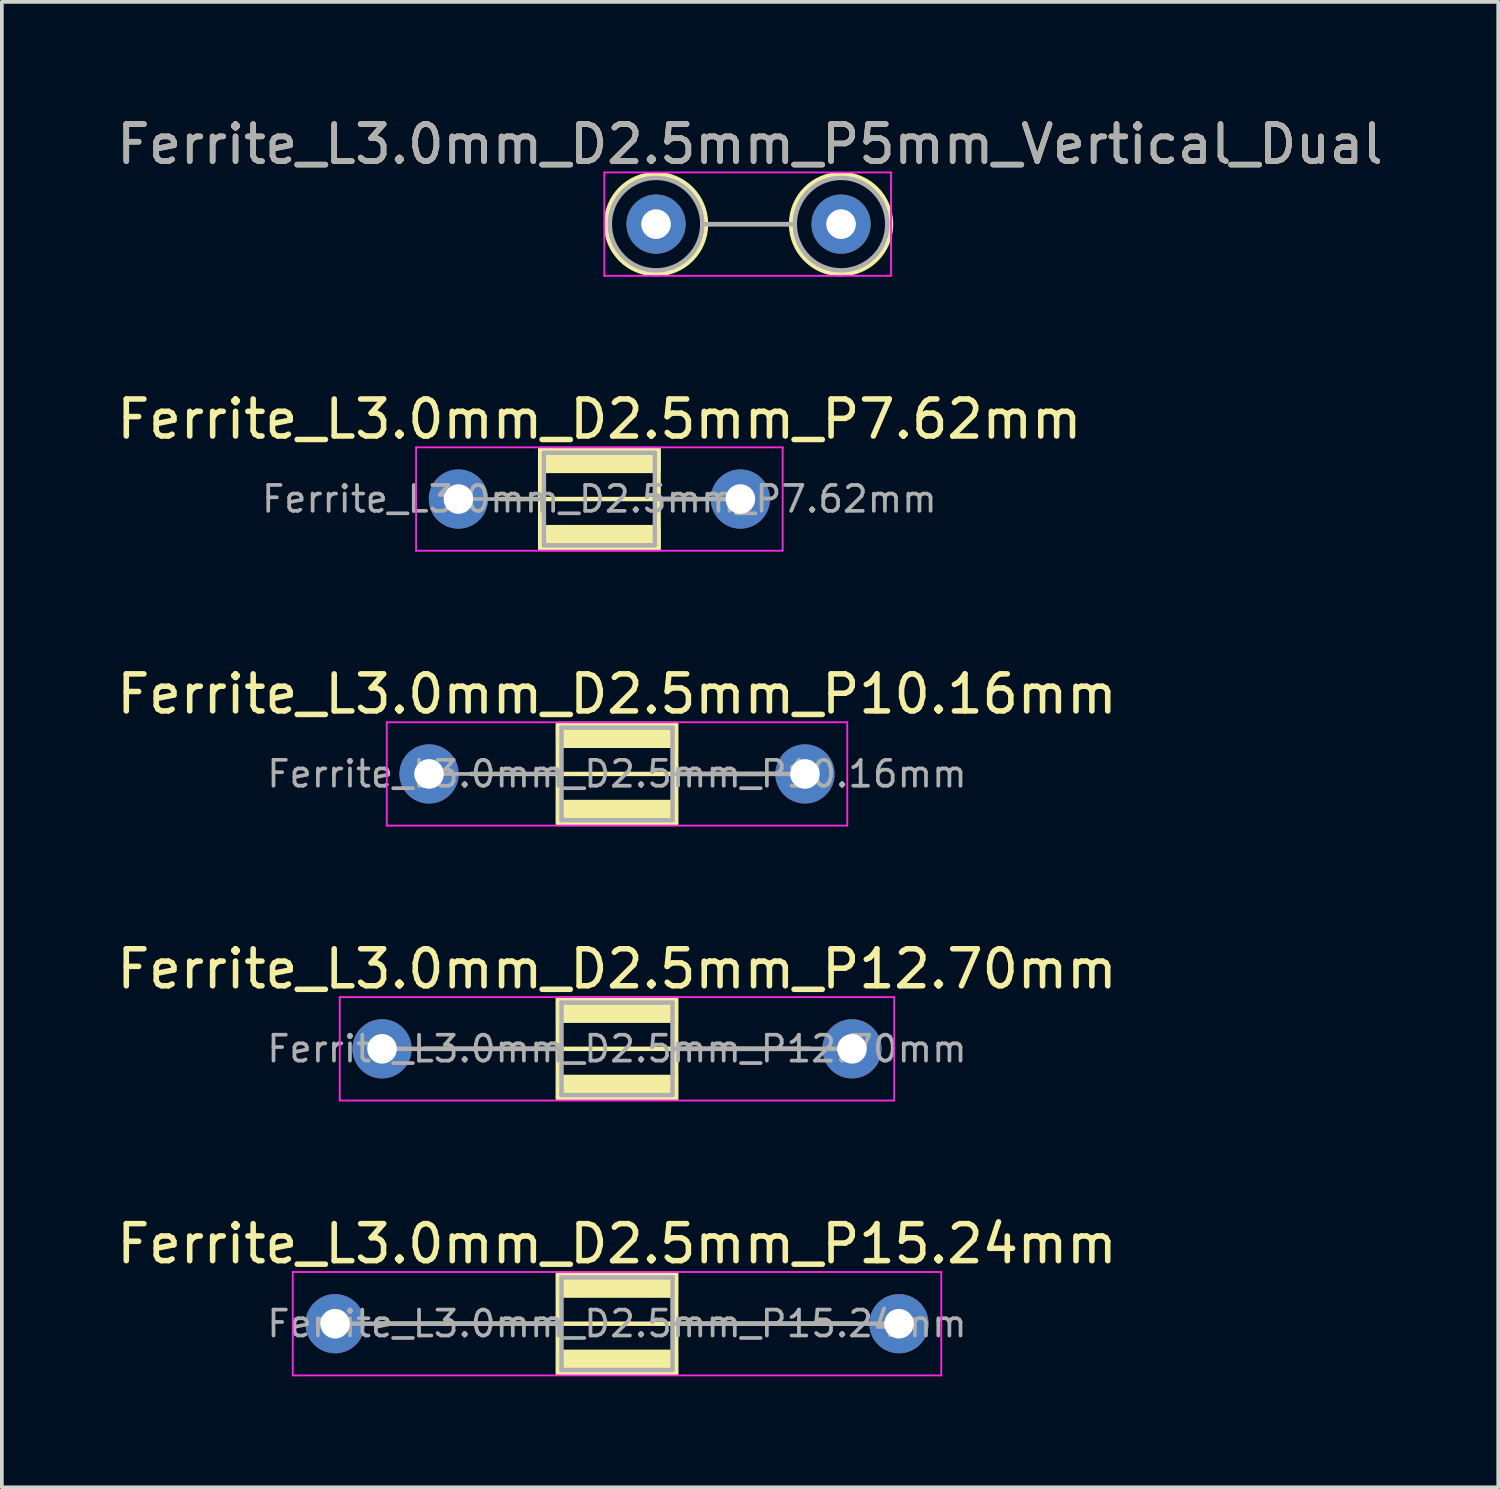
<source format=kicad_pcb>
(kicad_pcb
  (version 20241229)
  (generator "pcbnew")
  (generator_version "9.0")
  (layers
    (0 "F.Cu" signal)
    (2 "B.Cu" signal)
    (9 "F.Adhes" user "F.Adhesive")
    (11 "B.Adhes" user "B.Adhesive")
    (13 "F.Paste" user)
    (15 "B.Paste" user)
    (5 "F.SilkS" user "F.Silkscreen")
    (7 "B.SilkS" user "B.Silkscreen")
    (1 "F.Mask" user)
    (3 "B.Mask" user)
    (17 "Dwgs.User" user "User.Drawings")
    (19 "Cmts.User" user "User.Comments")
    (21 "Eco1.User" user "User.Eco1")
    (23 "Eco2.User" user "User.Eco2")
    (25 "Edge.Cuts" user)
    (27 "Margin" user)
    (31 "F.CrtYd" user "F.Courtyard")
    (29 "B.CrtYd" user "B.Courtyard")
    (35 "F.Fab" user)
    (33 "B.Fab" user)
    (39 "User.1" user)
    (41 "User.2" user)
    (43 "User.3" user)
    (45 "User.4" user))
  (footprint "Ferrite_L3.0mm_D2.5mm_P12.70mm"
    (layer "F.Cu")
    (at 7.275 25.295)
    (property "Reference" "Ferrite_L3.0mm_D2.5mm_P12.70mm" (at 6.35 -2.159 0) (layer "F.SilkS") (effects (font (size 1 1) (thickness 0.15))))
    (fp_line (start 7.964 0.000002) (end 1.143 0) (stroke (width 0.12) (type solid)) (layer "F.SilkS"))
    (fp_line (start 7.964 0.000002) (end 11.557 0) (stroke (width 0.12) (type solid)) (layer "F.SilkS"))
    (fp_rect (start 4.75 -1.35) (end 7.95 1.35) (stroke (width 0.12) (type solid)) (fill no) (layer "F.SilkS"))
    (fp_poly (pts (xy 7.95 -0.75) (xy 4.75 -0.75) (xy 4.75 -1.35) (xy 7.95 -1.35)) (stroke (width 0.1) (type solid)) (fill yes) (layer "F.SilkS"))
    (fp_poly (pts (xy 7.95 1.35) (xy 4.75 1.35) (xy 4.75 0.75) (xy 7.95 0.75)) (stroke (width 0.1) (type solid)) (fill yes) (layer "F.SilkS"))
    (fp_line (start -1.143 -1.397) (end 13.843 -1.397) (stroke (width 0.05) (type solid)) (layer "F.CrtYd"))
    (fp_line (start -1.143 1.397) (end -1.143 -1.397) (stroke (width 0.05) (type solid)) (layer "F.CrtYd"))
    (fp_line (start 13.843 -1.397) (end 13.843 1.397) (stroke (width 0.05) (type solid)) (layer "F.CrtYd"))
    (fp_line (start 13.843 1.397) (end -1.143 1.397) (stroke (width 0.05) (type solid)) (layer "F.CrtYd"))
    (fp_line (start 4.85 -1.25) (end 4.85 0) (stroke (width 0.12) (type solid)) (layer "F.Fab"))
    (fp_line (start 4.85 0) (end 0 0) (stroke (width 0.12) (type solid)) (layer "F.Fab"))
    (fp_line (start 4.85 0) (end 4.85 1.25) (stroke (width 0.12) (type solid)) (layer "F.Fab"))
    (fp_line (start 4.85 1.25) (end 7.85 1.25) (stroke (width 0.12) (type solid)) (layer "F.Fab"))
    (fp_line (start 7.85 -1.25) (end 4.85 -1.25) (stroke (width 0.12) (type solid)) (layer "F.Fab"))
    (fp_line (start 7.85 0) (end 12.7 0) (stroke (width 0.12) (type solid)) (layer "F.Fab"))
    (fp_line (start 7.85 1.25) (end 7.85 -1.25) (stroke (width 0.12) (type solid)) (layer "F.Fab"))
    (fp_text user "${REFERENCE}" (at 6.35 0 0) (layer "F.Fab") (effects (font (size 0.7 0.7) (thickness 0.1))))
    (pad "1" thru_hole circle (at 0 0) (size 1.6 1.6) (drill 0.8) (layers "*.Cu" "*.Mask"))
    (pad "2" thru_hole circle (at 12.7 0) (size 1.6 1.6) (drill 0.8) (layers "*.Cu" "*.Mask")))
  (footprint "Ferrite_L3.0mm_D2.5mm_P5mm_Vertical_Dual"
    (layer "F.Cu")
    (at 14.68 3.007)
    (property "Reference" "Ferrite_L3.0mm_D2.5mm_P5mm_Vertical_Dual" (at 2.54 -2.159 0) (layer "F.SilkS") (effects (font (size 1 1) (thickness 0.15))))
    (fp_line (start 1.35 0) (end 3.65 0) (stroke (width 0.12) (type solid)) (layer "F.SilkS"))
    (fp_circle (center 0 0) (end 1.35 0) (stroke (width 0.12) (type solid)) (fill no) (layer "F.SilkS"))
    (fp_circle (center 5 0) (end 6.35 0) (stroke (width 0.12) (type solid)) (fill no) (layer "F.SilkS"))
    (fp_line (start -1.397 -1.397) (end 6.35 -1.397) (stroke (width 0.05) (type solid)) (layer "F.CrtYd"))
    (fp_line (start -1.397 1.397) (end -1.397 -1.397) (stroke (width 0.05) (type solid)) (layer "F.CrtYd"))
    (fp_line (start 6.35 -1.397) (end 6.35 1.397) (stroke (width 0.05) (type solid)) (layer "F.CrtYd"))
    (fp_line (start 6.35 1.397) (end -1.397 1.397) (stroke (width 0.05) (type solid)) (layer "F.CrtYd"))
    (fp_line (start 1.25 0) (end 3.75 0) (stroke (width 0.12) (type solid)) (layer "F.Fab"))
    (fp_circle (center 0 0) (end 1.25 0) (stroke (width 0.12) (type solid)) (fill no) (layer "F.Fab"))
    (fp_circle (center 5 0) (end 6.25 0) (stroke (width 0.12) (type solid)) (fill no) (layer "F.Fab"))
    (fp_text user "${REFERENCE}" (at 2.54 -2.158 0) (layer "F.Fab") (effects (font (size 1 1) (thickness 0.15))))
    (pad "1" thru_hole circle (at 0 0) (size 1.6 1.6) (drill 0.8) (layers "*.Cu" "*.Mask"))
    (pad "2" thru_hole circle (at 5 0) (size 1.6 1.6) (drill 0.8) (layers "*.Cu" "*.Mask")))
  (footprint "Ferrite_L3.0mm_D2.5mm_P7.62mm"
    (layer "F.Cu")
    (at 9.339 10.437)
    (property "Reference" "Ferrite_L3.0mm_D2.5mm_P7.62mm" (at 3.81 -2.159 0) (layer "F.SilkS") (effects (font (size 1 1) (thickness 0.15))))
    (fp_line (start 5.424 0.000002) (end 1.143 0) (stroke (width 0.12) (type solid)) (layer "F.SilkS"))
    (fp_line (start 5.424 0.000002) (end 6.477 0) (stroke (width 0.12) (type solid)) (layer "F.SilkS"))
    (fp_rect (start 2.21 -1.35) (end 5.41 1.35) (stroke (width 0.12) (type solid)) (fill no) (layer "F.SilkS"))
    (fp_poly (pts (xy 5.41 -0.75) (xy 2.21 -0.75) (xy 2.21 -1.35) (xy 5.41 -1.35)) (stroke (width 0.1) (type solid)) (fill yes) (layer "F.SilkS"))
    (fp_poly (pts (xy 5.41 1.35) (xy 2.21 1.35) (xy 2.21 0.75) (xy 5.41 0.75)) (stroke (width 0.1) (type solid)) (fill yes) (layer "F.SilkS"))
    (fp_line (start -1.143 -1.397) (end 8.763 -1.397) (stroke (width 0.05) (type solid)) (layer "F.CrtYd"))
    (fp_line (start -1.143 1.397) (end -1.143 -1.397) (stroke (width 0.05) (type solid)) (layer "F.CrtYd"))
    (fp_line (start 8.763 -1.397) (end 8.763 1.397) (stroke (width 0.05) (type solid)) (layer "F.CrtYd"))
    (fp_line (start 8.763 1.397) (end -1.143 1.397) (stroke (width 0.05) (type solid)) (layer "F.CrtYd"))
    (fp_line (start 0 0) (end 2.31 0) (stroke (width 0.1) (type solid)) (layer "F.Fab"))
    (fp_line (start 2.31 -1.25) (end 2.31 0) (stroke (width 0.12) (type solid)) (layer "F.Fab"))
    (fp_line (start 2.31 0) (end 2.31 1.25) (stroke (width 0.12) (type solid)) (layer "F.Fab"))
    (fp_line (start 2.31 1.25) (end 5.31 1.25) (stroke (width 0.12) (type solid)) (layer "F.Fab"))
    (fp_line (start 5.31 -1.25) (end 2.31 -1.25) (stroke (width 0.12) (type solid)) (layer "F.Fab"))
    (fp_line (start 5.31 0) (end 7.62 0) (stroke (width 0.12) (type solid)) (layer "F.Fab"))
    (fp_line (start 5.31 1.25) (end 5.31 -1.25) (stroke (width 0.12) (type solid)) (layer "F.Fab"))
    (fp_text user "${REFERENCE}" (at 3.81 0 0) (layer "F.Fab") (effects (font (size 0.7 0.7) (thickness 0.1))))
    (pad "1" thru_hole circle (at 0 0) (size 1.6 1.6) (drill 0.8) (layers "*.Cu" "*.Mask"))
    (pad "2" thru_hole circle (at 7.62 0) (size 1.6 1.6) (drill 0.8) (layers "*.Cu" "*.Mask")))
  (footprint "Ferrite_L3.0mm_D2.5mm_P15.24mm"
    (layer "F.Cu")
    (at 6.005 32.724)
    (property "Reference" "Ferrite_L3.0mm_D2.5mm_P15.24mm" (at 7.62 -2.159 0) (layer "F.SilkS") (effects (font (size 1 1) (thickness 0.15))))
    (fp_line (start 9.234 0.000002) (end 1.143 0) (stroke (width 0.12) (type solid)) (layer "F.SilkS"))
    (fp_line (start 9.234 0.000002) (end 14.097 0) (stroke (width 0.12) (type solid)) (layer "F.SilkS"))
    (fp_rect (start 6.02 -1.35) (end 9.22 1.35) (stroke (width 0.12) (type solid)) (fill no) (layer "F.SilkS"))
    (fp_poly (pts (xy 9.22 -0.75) (xy 6.02 -0.75) (xy 6.02 -1.35) (xy 9.22 -1.35)) (stroke (width 0.1) (type solid)) (fill yes) (layer "F.SilkS"))
    (fp_poly (pts (xy 9.22 1.35) (xy 6.02 1.35) (xy 6.02 0.75) (xy 9.22 0.75)) (stroke (width 0.1) (type solid)) (fill yes) (layer "F.SilkS"))
    (fp_line (start -1.143 -1.397) (end 16.383 -1.397) (stroke (width 0.05) (type solid)) (layer "F.CrtYd"))
    (fp_line (start -1.143 1.397) (end -1.143 -1.397) (stroke (width 0.05) (type solid)) (layer "F.CrtYd"))
    (fp_line (start 16.383 -1.397) (end 16.383 1.397) (stroke (width 0.05) (type solid)) (layer "F.CrtYd"))
    (fp_line (start 16.383 1.397) (end -1.143 1.397) (stroke (width 0.05) (type solid)) (layer "F.CrtYd"))
    (fp_line (start 6.12 -1.25) (end 6.12 0) (stroke (width 0.12) (type solid)) (layer "F.Fab"))
    (fp_line (start 6.12 0) (end 0 0) (stroke (width 0.12) (type solid)) (layer "F.Fab"))
    (fp_line (start 6.12 0) (end 6.12 1.25) (stroke (width 0.12) (type solid)) (layer "F.Fab"))
    (fp_line (start 6.12 1.25) (end 9.12 1.25) (stroke (width 0.12) (type solid)) (layer "F.Fab"))
    (fp_line (start 9.12 -1.25) (end 6.12 -1.25) (stroke (width 0.12) (type solid)) (layer "F.Fab"))
    (fp_line (start 9.12 0) (end 15.24 0) (stroke (width 0.12) (type solid)) (layer "F.Fab"))
    (fp_line (start 9.12 1.25) (end 9.12 -1.25) (stroke (width 0.12) (type solid)) (layer "F.Fab"))
    (fp_text user "${REFERENCE}" (at 7.62 0 0) (layer "F.Fab") (effects (font (size 0.7 0.7) (thickness 0.1))))
    (pad "1" thru_hole circle (at 0 0) (size 1.6 1.6) (drill 0.8) (layers "*.Cu" "*.Mask"))
    (pad "2" thru_hole circle (at 15.24 0) (size 1.6 1.6) (drill 0.8) (layers "*.Cu" "*.Mask")))
  (footprint "Ferrite_L3.0mm_D2.5mm_P10.16mm"
    (layer "F.Cu")
    (at 8.545 17.866)
    (property "Reference" "Ferrite_L3.0mm_D2.5mm_P10.16mm" (at 5.08 -2.159 0) (layer "F.SilkS") (effects (font (size 1 1) (thickness 0.15))))
    (fp_line (start 6.694 0.000002) (end 1.143 0) (stroke (width 0.12) (type solid)) (layer "F.SilkS"))
    (fp_line (start 6.694 0.000002) (end 9.017 0) (stroke (width 0.12) (type solid)) (layer "F.SilkS"))
    (fp_rect (start 3.48 -1.35) (end 6.68 1.35) (stroke (width 0.12) (type solid)) (fill no) (layer "F.SilkS"))
    (fp_poly (pts (xy 6.68 -0.75) (xy 3.48 -0.75) (xy 3.48 -1.35) (xy 6.68 -1.35)) (stroke (width 0.1) (type solid)) (fill yes) (layer "F.SilkS"))
    (fp_poly (pts (xy 6.68 1.35) (xy 3.48 1.35) (xy 3.48 0.75) (xy 6.68 0.75)) (stroke (width 0.1) (type solid)) (fill yes) (layer "F.SilkS"))
    (fp_line (start -1.143 -1.397) (end 11.303 -1.397) (stroke (width 0.05) (type solid)) (layer "F.CrtYd"))
    (fp_line (start -1.143 1.397) (end -1.143 -1.397) (stroke (width 0.05) (type solid)) (layer "F.CrtYd"))
    (fp_line (start 11.303 -1.397) (end 11.303 1.397) (stroke (width 0.05) (type solid)) (layer "F.CrtYd"))
    (fp_line (start 11.303 1.397) (end -1.143 1.397) (stroke (width 0.05) (type solid)) (layer "F.CrtYd"))
    (fp_line (start 0 0) (end 3.58 0) (stroke (width 0.1) (type solid)) (layer "F.Fab"))
    (fp_line (start 3.58 -1.25) (end 3.58 0) (stroke (width 0.12) (type solid)) (layer "F.Fab"))
    (fp_line (start 3.58 0) (end 3.58 1.25) (stroke (width 0.12) (type solid)) (layer "F.Fab"))
    (fp_line (start 3.58 1.25) (end 6.58 1.25) (stroke (width 0.12) (type solid)) (layer "F.Fab"))
    (fp_line (start 6.58 -1.25) (end 3.58 -1.25) (stroke (width 0.12) (type solid)) (layer "F.Fab"))
    (fp_line (start 6.58 0) (end 10.16 0) (stroke (width 0.12) (type solid)) (layer "F.Fab"))
    (fp_line (start 6.58 1.25) (end 6.58 -1.25) (stroke (width 0.12) (type solid)) (layer "F.Fab"))
    (fp_text user "${REFERENCE}" (at 5.08 0 0) (layer "F.Fab") (effects (font (size 0.7 0.7) (thickness 0.1))))
    (pad "1" thru_hole circle (at 0 0) (size 1.6 1.6) (drill 0.8) (layers "*.Cu" "*.Mask"))
    (pad "2" thru_hole circle (at 10.16 0) (size 1.6 1.6) (drill 0.8) (layers "*.Cu" "*.Mask")))
  (gr_rect
    (start -3 -3)
    (end 37.44 37.146)
    (stroke (width 0.1) (type default))
    (fill no)
    (layer "Edge.Cuts")))
</source>
